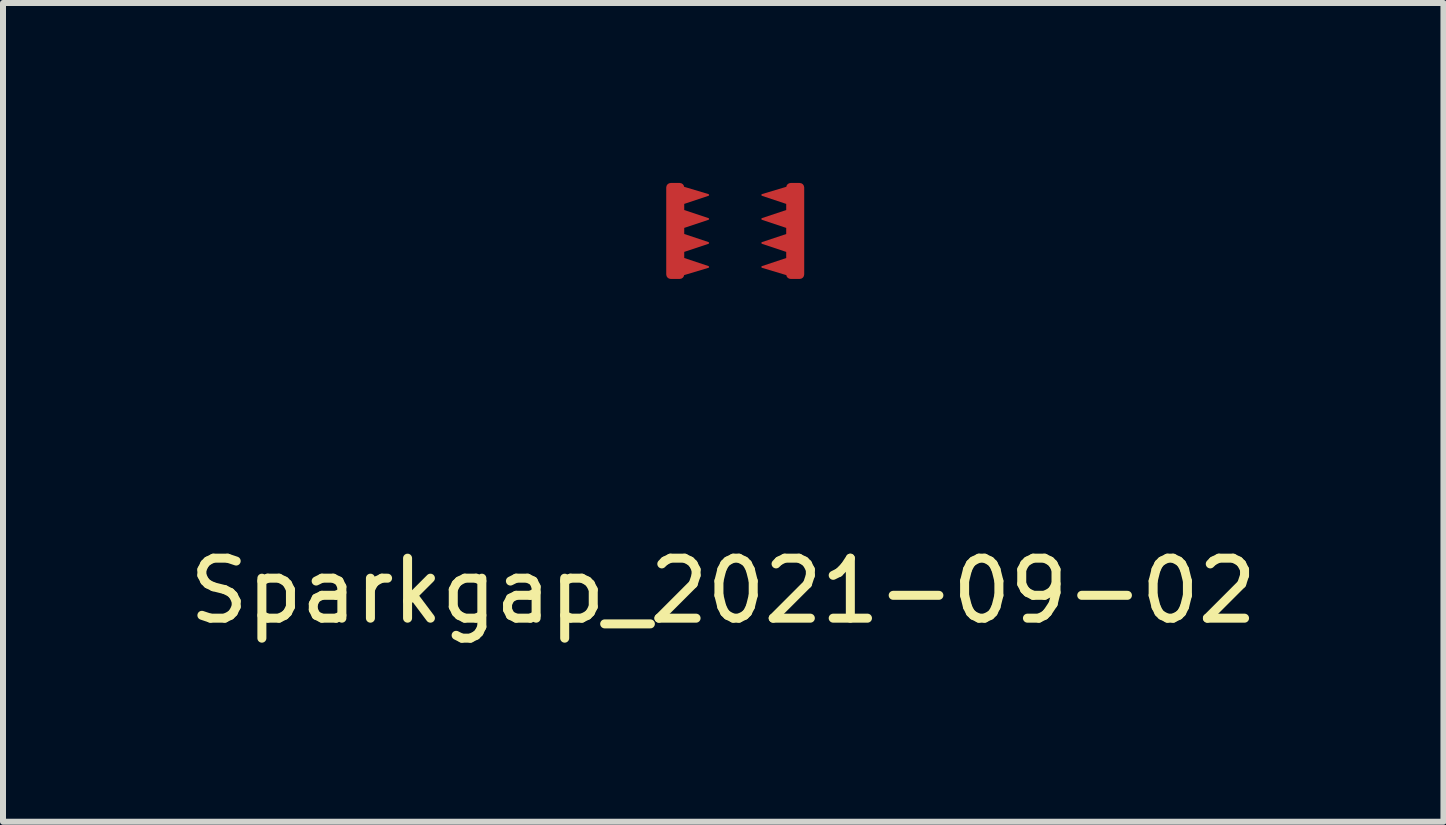
<source format=kicad_pcb>
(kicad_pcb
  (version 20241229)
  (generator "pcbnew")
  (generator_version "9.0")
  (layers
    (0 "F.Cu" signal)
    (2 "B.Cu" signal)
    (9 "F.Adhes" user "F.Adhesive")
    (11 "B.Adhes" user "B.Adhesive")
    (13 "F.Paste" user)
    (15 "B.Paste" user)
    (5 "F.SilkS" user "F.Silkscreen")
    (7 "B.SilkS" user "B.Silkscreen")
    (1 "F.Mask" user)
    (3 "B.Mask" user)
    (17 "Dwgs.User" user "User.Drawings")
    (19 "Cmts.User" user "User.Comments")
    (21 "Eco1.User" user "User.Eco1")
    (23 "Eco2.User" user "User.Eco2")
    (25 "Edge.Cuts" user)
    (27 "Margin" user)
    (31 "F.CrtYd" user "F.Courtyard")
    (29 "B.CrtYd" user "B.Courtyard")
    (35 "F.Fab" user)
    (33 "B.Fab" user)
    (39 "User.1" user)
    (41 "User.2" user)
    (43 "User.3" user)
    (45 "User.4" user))
  (footprint "Sparkgap_2021-09-02"
    (layer "F.Cu")
    (at 9.206 0.8)
    (property "Reference" "Sparkgap_2021-09-02" (at -0.2 6 0) (layer "F.SilkS") (effects (font (size 1 1) (thickness 0.15))))
    (attr exclude_from_pos_files)
    (fp_rect (start -0.45 -0.75) (end 0.45 0.75) (stroke (width 0.1) (type solid)) (fill yes) (layer "F.Mask"))
    (pad "1" smd custom (at -1 0) (size 0.3 0.3) (layers "F.Cu") (options (anchor circle)) (primitives (gr_poly (pts (xy 0.104 0.794) (xy 0.128 0.778) (xy 0.144 0.754) (xy 0.15 0.725) (xy 0.15 -0.725) (xy 0.144 -0.754) (xy 0.128 -0.778) (xy 0.104 -0.794) (xy 0.075 -0.8) (xy -0.075 -0.8) (xy -0.104 -0.794) (xy -0.128 -0.778) (xy -0.144 -0.754) (xy -0.15 -0.725) (xy -0.15 0.725) (xy -0.144 0.754) (xy -0.128 0.778) (xy -0.104 0.794) (xy -0.075 0.8) (xy 0.075 0.8)) (width 0) (fill yes)) (gr_poly (pts (xy 0.55 0.6) (xy -0.05 0.4) (xy 0.55 0.2) (xy -0.05 0) (xy 0.55 -0.2) (xy -0.05 -0.4) (xy 0.55 -0.6) (xy 0.05 -0.75) (xy -0.1 -0.75) (xy -0.1 0.75) (xy 0.05 0.75)) (width 0.03) (fill yes))))
    (pad "2" smd custom (at 1 0 180) (size 0.3 0.3) (layers "F.Cu") (options (anchor circle)) (primitives (gr_poly (pts (xy 0.104 0.794) (xy 0.128 0.778) (xy 0.144 0.754) (xy 0.15 0.725) (xy 0.15 -0.725) (xy 0.144 -0.754) (xy 0.128 -0.778) (xy 0.104 -0.794) (xy 0.075 -0.8) (xy -0.075 -0.8) (xy -0.104 -0.794) (xy -0.128 -0.778) (xy -0.144 -0.754) (xy -0.15 -0.725) (xy -0.15 0.725) (xy -0.144 0.754) (xy -0.128 0.778) (xy -0.104 0.794) (xy -0.075 0.8) (xy 0.075 0.8)) (width 0) (fill yes)) (gr_poly (pts (xy 0.55 0.6) (xy -0.05 0.4) (xy 0.55 0.2) (xy -0.05 0) (xy 0.55 -0.2) (xy -0.05 -0.4) (xy 0.55 -0.6) (xy 0.05 -0.75) (xy -0.1 -0.75) (xy -0.1 0.75) (xy 0.05 0.75)) (width 0.03) (fill yes)))))
  (gr_rect
    (start -3 -3)
    (end 21.012 10.648)
    (stroke (width 0.1) (type default))
    (fill no)
    (layer "Edge.Cuts")))
</source>
